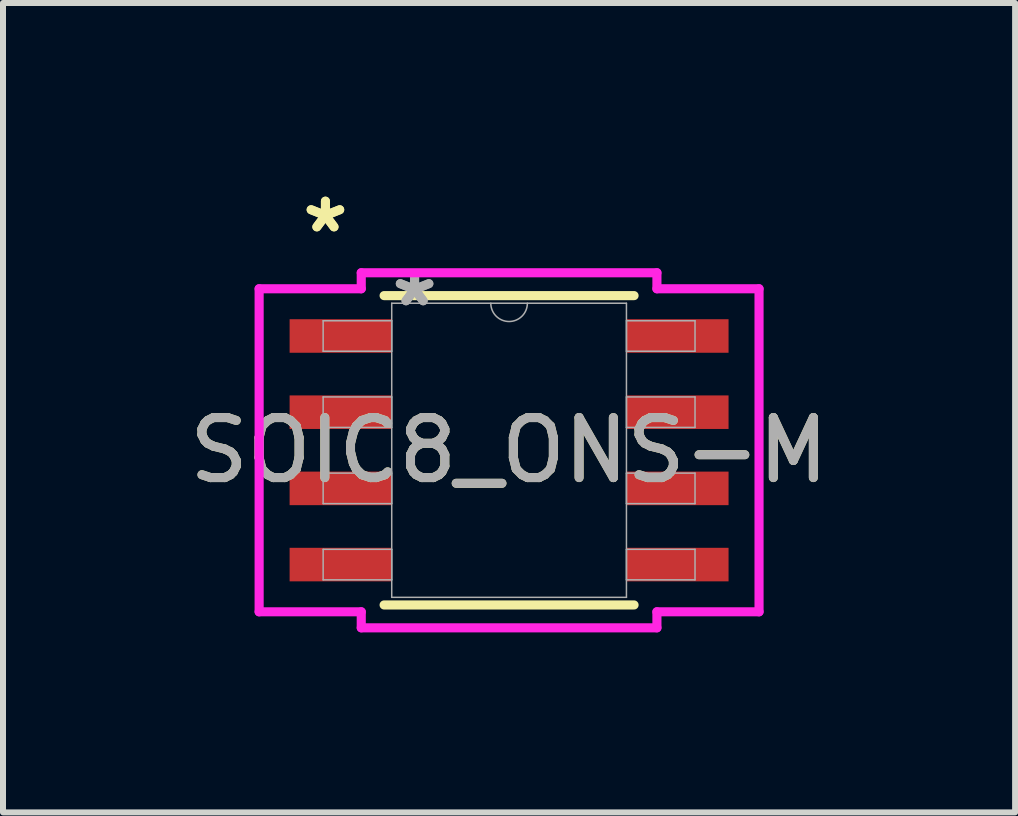
<source format=kicad_pcb>
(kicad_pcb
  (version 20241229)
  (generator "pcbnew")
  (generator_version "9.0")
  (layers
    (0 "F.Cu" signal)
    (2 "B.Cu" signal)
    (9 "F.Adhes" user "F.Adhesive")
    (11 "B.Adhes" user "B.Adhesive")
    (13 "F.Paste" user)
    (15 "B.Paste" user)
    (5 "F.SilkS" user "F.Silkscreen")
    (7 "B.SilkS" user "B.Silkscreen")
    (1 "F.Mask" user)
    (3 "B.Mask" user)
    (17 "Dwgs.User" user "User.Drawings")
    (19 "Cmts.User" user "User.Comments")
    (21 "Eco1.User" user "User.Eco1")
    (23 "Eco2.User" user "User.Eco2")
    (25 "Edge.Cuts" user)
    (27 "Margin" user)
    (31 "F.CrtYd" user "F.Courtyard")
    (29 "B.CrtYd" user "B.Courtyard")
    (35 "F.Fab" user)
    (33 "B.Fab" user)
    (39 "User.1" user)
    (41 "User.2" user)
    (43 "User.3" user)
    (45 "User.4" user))
  (footprint "SOIC8_ONS-M"
    (layer "F.Cu")
    (at 5.435 4.455)
    (property "Reference" "SOIC8_ONS-M" (at 0 0 0) (unlocked yes) (layer "F.SilkS") (effects (font (size 1 1) (thickness 0.15))))
    (attr smd)
    (fp_line (start -2.083 2.578) (end 2.083 2.578) (stroke (width 0.152) (type solid)) (layer "F.SilkS"))
    (fp_line (start 2.083 -2.578) (end -2.083 -2.578) (stroke (width 0.152) (type solid)) (layer "F.SilkS"))
    (fp_line (start -4.166 -2.692) (end -2.464 -2.692) (stroke (width 0.152) (type solid)) (layer "F.CrtYd"))
    (fp_line (start -4.166 2.692) (end -4.166 -2.692) (stroke (width 0.152) (type solid)) (layer "F.CrtYd"))
    (fp_line (start -4.166 2.692) (end -2.464 2.692) (stroke (width 0.152) (type solid)) (layer "F.CrtYd"))
    (fp_line (start -2.464 -2.959) (end 2.464 -2.959) (stroke (width 0.152) (type solid)) (layer "F.CrtYd"))
    (fp_line (start -2.464 -2.692) (end -2.464 -2.959) (stroke (width 0.152) (type solid)) (layer "F.CrtYd"))
    (fp_line (start -2.464 2.959) (end -2.464 2.692) (stroke (width 0.152) (type solid)) (layer "F.CrtYd"))
    (fp_line (start 2.464 -2.959) (end 2.464 -2.692) (stroke (width 0.152) (type solid)) (layer "F.CrtYd"))
    (fp_line (start 2.464 2.692) (end 2.464 2.959) (stroke (width 0.152) (type solid)) (layer "F.CrtYd"))
    (fp_line (start 2.464 2.959) (end -2.464 2.959) (stroke (width 0.152) (type solid)) (layer "F.CrtYd"))
    (fp_line (start 4.166 -2.692) (end 2.464 -2.692) (stroke (width 0.152) (type solid)) (layer "F.CrtYd"))
    (fp_line (start 4.166 -2.692) (end 4.166 2.692) (stroke (width 0.152) (type solid)) (layer "F.CrtYd"))
    (fp_line (start 4.166 2.692) (end 2.464 2.692) (stroke (width 0.152) (type solid)) (layer "F.CrtYd"))
    (fp_line (start -3.099 -2.159) (end -3.099 -1.651) (stroke (width 0.025) (type solid)) (layer "F.Fab"))
    (fp_line (start -3.099 -1.651) (end -1.956 -1.651) (stroke (width 0.025) (type solid)) (layer "F.Fab"))
    (fp_line (start -3.099 -0.889) (end -3.099 -0.381) (stroke (width 0.025) (type solid)) (layer "F.Fab"))
    (fp_line (start -3.099 -0.381) (end -1.956 -0.381) (stroke (width 0.025) (type solid)) (layer "F.Fab"))
    (fp_line (start -3.099 0.381) (end -3.099 0.889) (stroke (width 0.025) (type solid)) (layer "F.Fab"))
    (fp_line (start -3.099 0.889) (end -1.956 0.889) (stroke (width 0.025) (type solid)) (layer "F.Fab"))
    (fp_line (start -3.099 1.651) (end -3.099 2.159) (stroke (width 0.025) (type solid)) (layer "F.Fab"))
    (fp_line (start -3.099 2.159) (end -1.956 2.159) (stroke (width 0.025) (type solid)) (layer "F.Fab"))
    (fp_line (start -1.956 -2.451) (end -1.956 2.451) (stroke (width 0.025) (type solid)) (layer "F.Fab"))
    (fp_line (start -1.956 -2.159) (end -3.099 -2.159) (stroke (width 0.025) (type solid)) (layer "F.Fab"))
    (fp_line (start -1.956 -1.651) (end -1.956 -2.159) (stroke (width 0.025) (type solid)) (layer "F.Fab"))
    (fp_line (start -1.956 -0.889) (end -3.099 -0.889) (stroke (width 0.025) (type solid)) (layer "F.Fab"))
    (fp_line (start -1.956 -0.381) (end -1.956 -0.889) (stroke (width 0.025) (type solid)) (layer "F.Fab"))
    (fp_line (start -1.956 0.381) (end -3.099 0.381) (stroke (width 0.025) (type solid)) (layer "F.Fab"))
    (fp_line (start -1.956 0.889) (end -1.956 0.381) (stroke (width 0.025) (type solid)) (layer "F.Fab"))
    (fp_line (start -1.956 1.651) (end -3.099 1.651) (stroke (width 0.025) (type solid)) (layer "F.Fab"))
    (fp_line (start -1.956 2.159) (end -1.956 1.651) (stroke (width 0.025) (type solid)) (layer "F.Fab"))
    (fp_line (start -1.956 2.451) (end 1.956 2.451) (stroke (width 0.025) (type solid)) (layer "F.Fab"))
    (fp_line (start 1.956 -2.451) (end -1.956 -2.451) (stroke (width 0.025) (type solid)) (layer "F.Fab"))
    (fp_line (start 1.956 -2.159) (end 1.956 -1.651) (stroke (width 0.025) (type solid)) (layer "F.Fab"))
    (fp_line (start 1.956 -1.651) (end 3.099 -1.651) (stroke (width 0.025) (type solid)) (layer "F.Fab"))
    (fp_line (start 1.956 -0.889) (end 1.956 -0.381) (stroke (width 0.025) (type solid)) (layer "F.Fab"))
    (fp_line (start 1.956 -0.381) (end 3.099 -0.381) (stroke (width 0.025) (type solid)) (layer "F.Fab"))
    (fp_line (start 1.956 0.381) (end 1.956 0.889) (stroke (width 0.025) (type solid)) (layer "F.Fab"))
    (fp_line (start 1.956 0.889) (end 3.099 0.889) (stroke (width 0.025) (type solid)) (layer "F.Fab"))
    (fp_line (start 1.956 1.651) (end 1.956 2.159) (stroke (width 0.025) (type solid)) (layer "F.Fab"))
    (fp_line (start 1.956 2.159) (end 3.099 2.159) (stroke (width 0.025) (type solid)) (layer "F.Fab"))
    (fp_line (start 1.956 2.451) (end 1.956 -2.451) (stroke (width 0.025) (type solid)) (layer "F.Fab"))
    (fp_line (start 3.099 -2.159) (end 1.956 -2.159) (stroke (width 0.025) (type solid)) (layer "F.Fab"))
    (fp_line (start 3.099 -1.651) (end 3.099 -2.159) (stroke (width 0.025) (type solid)) (layer "F.Fab"))
    (fp_line (start 3.099 -0.889) (end 1.956 -0.889) (stroke (width 0.025) (type solid)) (layer "F.Fab"))
    (fp_line (start 3.099 -0.381) (end 3.099 -0.889) (stroke (width 0.025) (type solid)) (layer "F.Fab"))
    (fp_line (start 3.099 0.381) (end 1.956 0.381) (stroke (width 0.025) (type solid)) (layer "F.Fab"))
    (fp_line (start 3.099 0.889) (end 3.099 0.381) (stroke (width 0.025) (type solid)) (layer "F.Fab"))
    (fp_line (start 3.099 1.651) (end 1.956 1.651) (stroke (width 0.025) (type solid)) (layer "F.Fab"))
    (fp_line (start 3.099 2.159) (end 3.099 1.651) (stroke (width 0.025) (type solid)) (layer "F.Fab"))
    (fp_arc (start 0.3048 -2.4511) (mid 0 -2.1463) (end -0.3048 -2.4511) (stroke (width 0.0254) (type solid)) (layer "F.Fab"))
    (fp_text user "*" (at -3.061 -3.607 0) (layer "F.SilkS") (effects (font (size 1 1) (thickness 0.15))))
    (fp_text user "*" (at -3.061 -3.607 0) (unlocked yes) (layer "F.SilkS") (effects (font (size 1 1) (thickness 0.15))))
    (fp_text user "*" (at -1.575 -2.375 0) (unlocked yes) (layer "F.Fab") (effects (font (size 1 1) (thickness 0.15))))
    (fp_text user "${REFERENCE}" (at 0 0 0) (unlocked yes) (layer "F.Fab") (effects (font (size 1 1) (thickness 0.15))))
    (fp_text user "*" (at -1.575 -2.375 0) (layer "F.Fab") (effects (font (size 1 1) (thickness 0.15))))
    (pad "1" smd rect (at -2.807 -1.905) (size 1.702 0.559) (layers "F.Cu" "F.Mask" "F.Paste"))
    (pad "2" smd rect (at -2.807 -0.635) (size 1.702 0.559) (layers "F.Cu" "F.Mask" "F.Paste"))
    (pad "3" smd rect (at -2.807 0.635) (size 1.702 0.559) (layers "F.Cu" "F.Mask" "F.Paste"))
    (pad "4" smd rect (at -2.807 1.905) (size 1.702 0.559) (layers "F.Cu" "F.Mask" "F.Paste"))
    (pad "5" smd rect (at 2.807 1.905) (size 1.702 0.559) (layers "F.Cu" "F.Mask" "F.Paste"))
    (pad "6" smd rect (at 2.807 0.635) (size 1.702 0.559) (layers "F.Cu" "F.Mask" "F.Paste"))
    (pad "7" smd rect (at 2.807 -0.635) (size 1.702 0.559) (layers "F.Cu" "F.Mask" "F.Paste"))
    (pad "8" smd rect (at 2.807 -1.905) (size 1.702 0.559) (layers "F.Cu" "F.Mask" "F.Paste")))
  (gr_rect
    (start -3 -3)
    (end 13.869 10.49)
    (stroke (width 0.1) (type default))
    (fill no)
    (layer "Edge.Cuts")))
</source>
